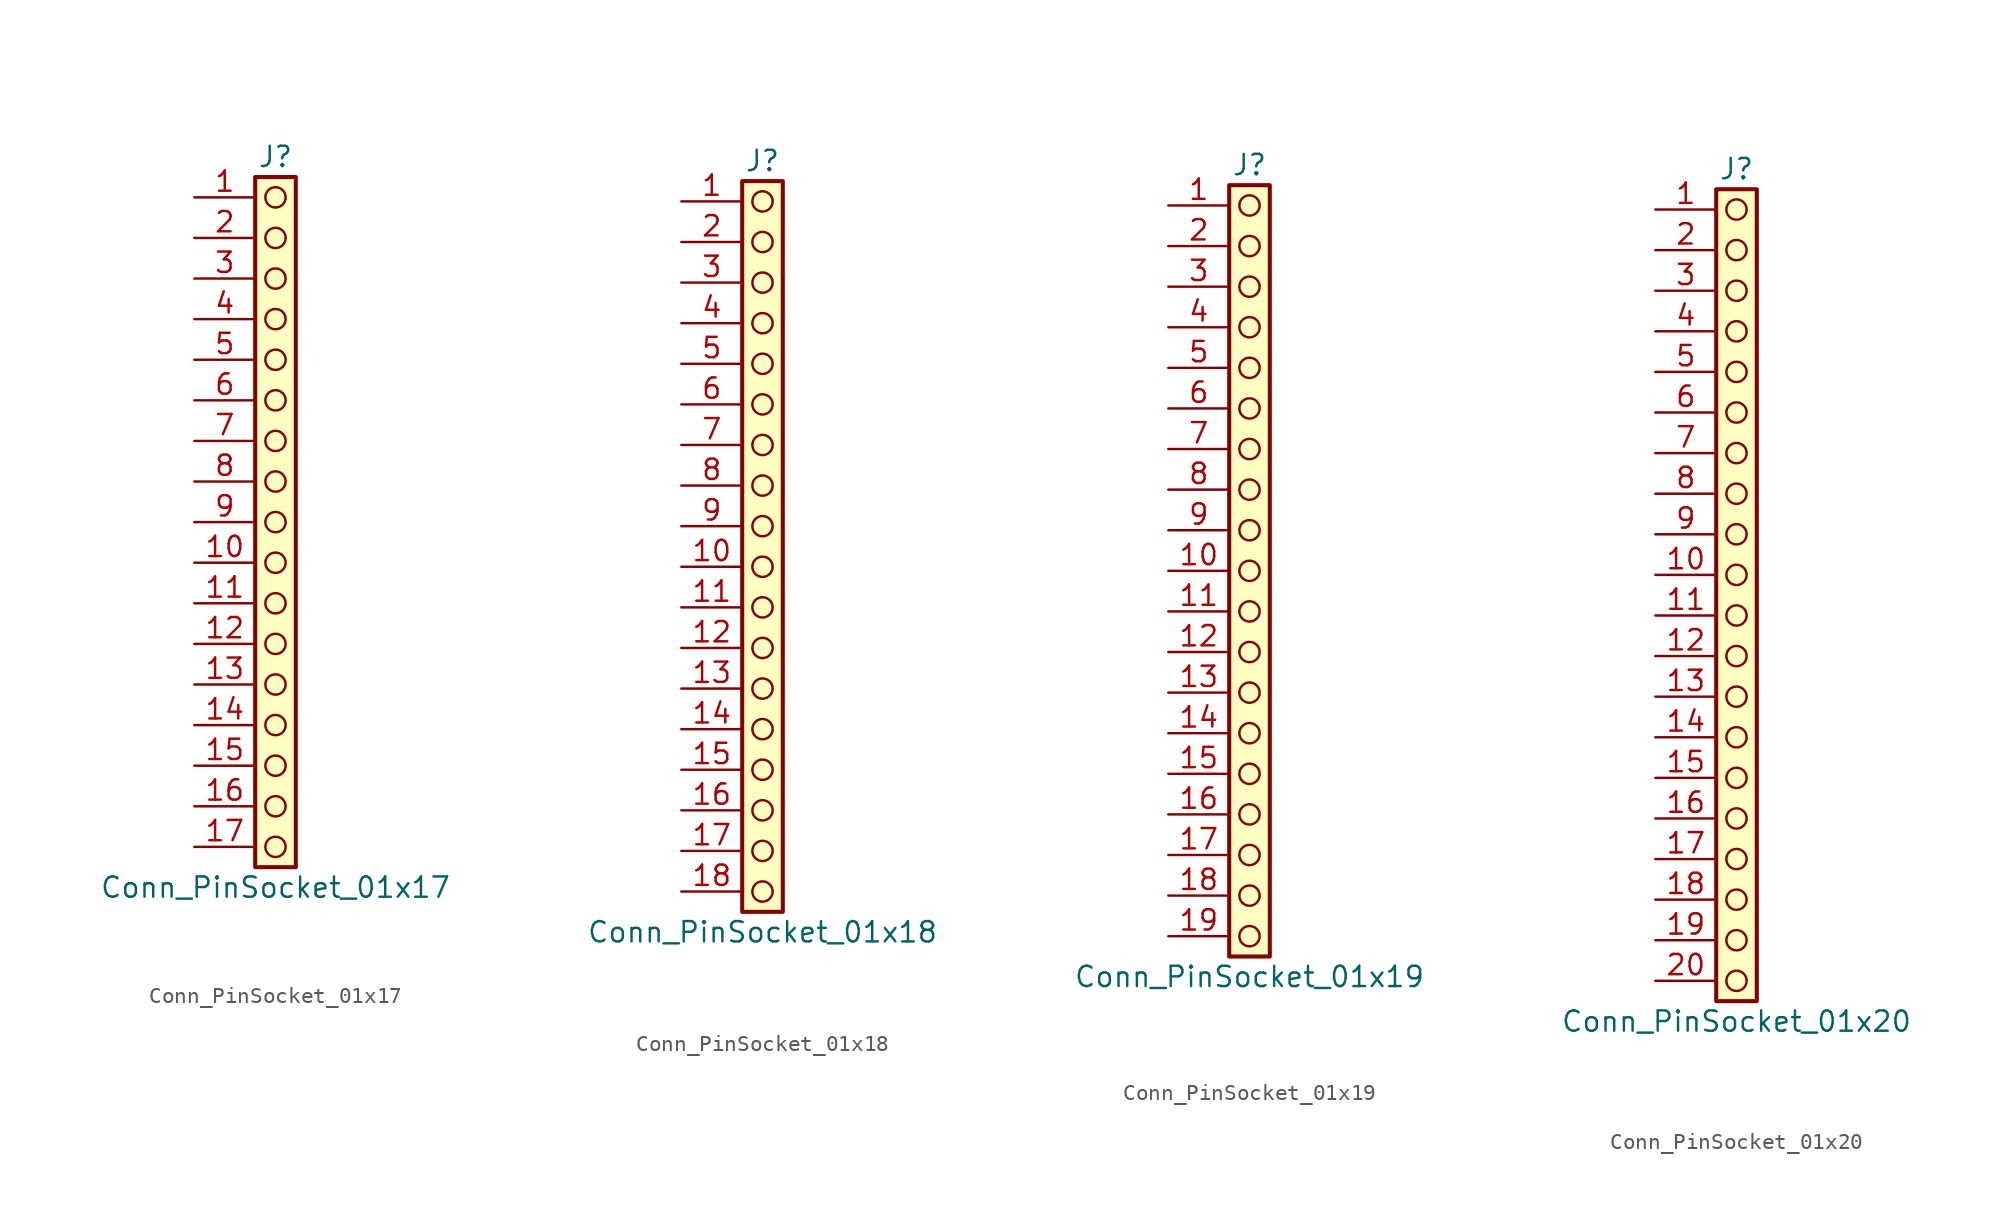
<source format=kicad_sym>
(kicad_symbol_lib
  (version 20241209)
  (generator "kicad_symbol_editor")
  (generator_version "9.0")
  (symbol "Conn_PinSocket_01x17"
    (pin_names
      (offset 1.016)
      (hide yes))
    (property "Reference" "J"
      (at 0 22.86 0)
      (effects (font (size 1.27 1.27))))
    (property "Value" "Conn_PinSocket_01x17"
      (at 0 -22.86 0)
      (effects (font (size 1.27 1.27))))
    (symbol "Conn_PinSocket_01x17_1_1"
      (rectangle (start -1.27 21.59) (end 1.27 -21.59) (stroke (width 0.254) (type default)) (fill (type background)))
      (circle (center 0 20.32) (radius 0.635) (stroke (width 0) (type solid) (color 132 0 0 1)) (fill (type none)))
      (circle (center 0 17.78) (radius 0.635) (stroke (width 0) (type solid) (color 132 0 0 1)) (fill (type none)))
      (circle (center 0 15.24) (radius 0.635) (stroke (width 0) (type solid) (color 132 0 0 1)) (fill (type none)))
      (circle (center 0 12.7) (radius 0.635) (stroke (width 0) (type solid) (color 132 0 0 1)) (fill (type none)))
      (circle (center 0 10.16) (radius 0.635) (stroke (width 0) (type solid) (color 132 0 0 1)) (fill (type none)))
      (circle (center 0 7.62) (radius 0.635) (stroke (width 0) (type solid) (color 132 0 0 1)) (fill (type none)))
      (circle (center 0 5.08) (radius 0.635) (stroke (width 0) (type solid) (color 132 0 0 1)) (fill (type none)))
      (circle (center 0 2.54) (radius 0.635) (stroke (width 0) (type solid) (color 132 0 0 1)) (fill (type none)))
      (circle (center 0 0) (radius 0.635) (stroke (width 0) (type solid) (color 132 0 0 1)) (fill (type none)))
      (circle (center 0 -2.54) (radius 0.635) (stroke (width 0) (type solid) (color 132 0 0 1)) (fill (type none)))
      (circle (center 0 -5.08) (radius 0.635) (stroke (width 0) (type solid) (color 132 0 0 1)) (fill (type none)))
      (circle (center 0 -7.62) (radius 0.635) (stroke (width 0) (type solid) (color 132 0 0 1)) (fill (type none)))
      (circle (center 0 -10.16) (radius 0.635) (stroke (width 0) (type solid) (color 132 0 0 1)) (fill (type none)))
      (circle (center 0 -12.7) (radius 0.635) (stroke (width 0) (type solid) (color 132 0 0 1)) (fill (type none)))
      (circle (center 0 -15.24) (radius 0.635) (stroke (width 0) (type solid) (color 132 0 0 1)) (fill (type none)))
      (circle (center 0 -17.78) (radius 0.635) (stroke (width 0) (type solid) (color 132 0 0 1)) (fill (type none)))
      (circle (center 0 -20.32) (radius 0.635) (stroke (width 0) (type solid) (color 132 0 0 1)) (fill (type none)))
      (pin passive line (at -5.08 20.32 0) (length 3.81) (name "Pin_1" (effects (font (size 1.27 1.27)))) (number "1" (effects (font (size 1.27 1.27)))))
      (pin passive line (at -5.08 17.78 0) (length 3.81) (name "Pin_2" (effects (font (size 1.27 1.27)))) (number "2" (effects (font (size 1.27 1.27)))))
      (pin passive line (at -5.08 15.24 0) (length 3.81) (name "Pin_3" (effects (font (size 1.27 1.27)))) (number "3" (effects (font (size 1.27 1.27)))))
      (pin passive line (at -5.08 12.7 0) (length 3.81) (name "Pin_4" (effects (font (size 1.27 1.27)))) (number "4" (effects (font (size 1.27 1.27)))))
      (pin passive line (at -5.08 10.16 0) (length 3.81) (name "Pin_5" (effects (font (size 1.27 1.27)))) (number "5" (effects (font (size 1.27 1.27)))))
      (pin passive line (at -5.08 7.62 0) (length 3.81) (name "Pin_6" (effects (font (size 1.27 1.27)))) (number "6" (effects (font (size 1.27 1.27)))))
      (pin passive line (at -5.08 5.08 0) (length 3.81) (name "Pin_7" (effects (font (size 1.27 1.27)))) (number "7" (effects (font (size 1.27 1.27)))))
      (pin passive line (at -5.08 2.54 0) (length 3.81) (name "Pin_8" (effects (font (size 1.27 1.27)))) (number "8" (effects (font (size 1.27 1.27)))))
      (pin passive line (at -5.08 0 0) (length 3.81) (name "Pin_9" (effects (font (size 1.27 1.27)))) (number "9" (effects (font (size 1.27 1.27)))))
      (pin passive line (at -5.08 -2.54 0) (length 3.81) (name "Pin_10" (effects (font (size 1.27 1.27)))) (number "10" (effects (font (size 1.27 1.27)))))
      (pin passive line (at -5.08 -5.08 0) (length 3.81) (name "Pin_11" (effects (font (size 1.27 1.27)))) (number "11" (effects (font (size 1.27 1.27)))))
      (pin passive line (at -5.08 -7.62 0) (length 3.81) (name "Pin_12" (effects (font (size 1.27 1.27)))) (number "12" (effects (font (size 1.27 1.27)))))
      (pin passive line (at -5.08 -10.16 0) (length 3.81) (name "Pin_13" (effects (font (size 1.27 1.27)))) (number "13" (effects (font (size 1.27 1.27)))))
      (pin passive line (at -5.08 -12.7 0) (length 3.81) (name "Pin_14" (effects (font (size 1.27 1.27)))) (number "14" (effects (font (size 1.27 1.27)))))
      (pin passive line (at -5.08 -15.24 0) (length 3.81) (name "Pin_15" (effects (font (size 1.27 1.27)))) (number "15" (effects (font (size 1.27 1.27)))))
      (pin passive line (at -5.08 -17.78 0) (length 3.81) (name "Pin_16" (effects (font (size 1.27 1.27)))) (number "16" (effects (font (size 1.27 1.27)))))
      (pin passive line (at -5.08 -20.32 0) (length 3.81) (name "Pin_17" (effects (font (size 1.27 1.27)))) (number "17" (effects (font (size 1.27 1.27)))))))
  (symbol "Conn_PinSocket_01x18"
    (pin_names
      (offset 1.016)
      (hide yes))
    (property "Reference" "J"
      (at 0 22.86 0)
      (effects (font (size 1.27 1.27))))
    (property "Value" "Conn_PinSocket_01x18"
      (at 0 -25.4 0)
      (effects (font (size 1.27 1.27))))
    (symbol "Conn_PinSocket_01x18_1_1"
      (rectangle (start -1.27 21.59) (end 1.27 -24.13) (stroke (width 0.254) (type default)) (fill (type background)))
      (circle (center 0 20.32) (radius 0.635) (stroke (width 0) (type solid) (color 132 0 0 1)) (fill (type none)))
      (circle (center 0 17.78) (radius 0.635) (stroke (width 0) (type solid) (color 132 0 0 1)) (fill (type none)))
      (circle (center 0 15.24) (radius 0.635) (stroke (width 0) (type solid) (color 132 0 0 1)) (fill (type none)))
      (circle (center 0 12.7) (radius 0.635) (stroke (width 0) (type solid) (color 132 0 0 1)) (fill (type none)))
      (circle (center 0 10.16) (radius 0.635) (stroke (width 0) (type solid) (color 132 0 0 1)) (fill (type none)))
      (circle (center 0 7.62) (radius 0.635) (stroke (width 0) (type solid) (color 132 0 0 1)) (fill (type none)))
      (circle (center 0 5.08) (radius 0.635) (stroke (width 0) (type solid) (color 132 0 0 1)) (fill (type none)))
      (circle (center 0 2.54) (radius 0.635) (stroke (width 0) (type solid) (color 132 0 0 1)) (fill (type none)))
      (circle (center 0 0) (radius 0.635) (stroke (width 0) (type solid) (color 132 0 0 1)) (fill (type none)))
      (circle (center 0 -2.54) (radius 0.635) (stroke (width 0) (type solid) (color 132 0 0 1)) (fill (type none)))
      (circle (center 0 -5.08) (radius 0.635) (stroke (width 0) (type solid) (color 132 0 0 1)) (fill (type none)))
      (circle (center 0 -7.62) (radius 0.635) (stroke (width 0) (type solid) (color 132 0 0 1)) (fill (type none)))
      (circle (center 0 -10.16) (radius 0.635) (stroke (width 0) (type solid) (color 132 0 0 1)) (fill (type none)))
      (circle (center 0 -12.7) (radius 0.635) (stroke (width 0) (type solid) (color 132 0 0 1)) (fill (type none)))
      (circle (center 0 -15.24) (radius 0.635) (stroke (width 0) (type solid) (color 132 0 0 1)) (fill (type none)))
      (circle (center 0 -17.78) (radius 0.635) (stroke (width 0) (type solid) (color 132 0 0 1)) (fill (type none)))
      (circle (center 0 -20.32) (radius 0.635) (stroke (width 0) (type solid) (color 132 0 0 1)) (fill (type none)))
      (circle (center 0 -22.86) (radius 0.635) (stroke (width 0) (type solid) (color 132 0 0 1)) (fill (type none)))
      (pin passive line (at -5.08 20.32 0) (length 3.81) (name "Pin_1" (effects (font (size 1.27 1.27)))) (number "1" (effects (font (size 1.27 1.27)))))
      (pin passive line (at -5.08 17.78 0) (length 3.81) (name "Pin_2" (effects (font (size 1.27 1.27)))) (number "2" (effects (font (size 1.27 1.27)))))
      (pin passive line (at -5.08 15.24 0) (length 3.81) (name "Pin_3" (effects (font (size 1.27 1.27)))) (number "3" (effects (font (size 1.27 1.27)))))
      (pin passive line (at -5.08 12.7 0) (length 3.81) (name "Pin_4" (effects (font (size 1.27 1.27)))) (number "4" (effects (font (size 1.27 1.27)))))
      (pin passive line (at -5.08 10.16 0) (length 3.81) (name "Pin_5" (effects (font (size 1.27 1.27)))) (number "5" (effects (font (size 1.27 1.27)))))
      (pin passive line (at -5.08 7.62 0) (length 3.81) (name "Pin_6" (effects (font (size 1.27 1.27)))) (number "6" (effects (font (size 1.27 1.27)))))
      (pin passive line (at -5.08 5.08 0) (length 3.81) (name "Pin_7" (effects (font (size 1.27 1.27)))) (number "7" (effects (font (size 1.27 1.27)))))
      (pin passive line (at -5.08 2.54 0) (length 3.81) (name "Pin_8" (effects (font (size 1.27 1.27)))) (number "8" (effects (font (size 1.27 1.27)))))
      (pin passive line (at -5.08 0 0) (length 3.81) (name "Pin_9" (effects (font (size 1.27 1.27)))) (number "9" (effects (font (size 1.27 1.27)))))
      (pin passive line (at -5.08 -2.54 0) (length 3.81) (name "Pin_10" (effects (font (size 1.27 1.27)))) (number "10" (effects (font (size 1.27 1.27)))))
      (pin passive line (at -5.08 -5.08 0) (length 3.81) (name "Pin_11" (effects (font (size 1.27 1.27)))) (number "11" (effects (font (size 1.27 1.27)))))
      (pin passive line (at -5.08 -7.62 0) (length 3.81) (name "Pin_12" (effects (font (size 1.27 1.27)))) (number "12" (effects (font (size 1.27 1.27)))))
      (pin passive line (at -5.08 -10.16 0) (length 3.81) (name "Pin_13" (effects (font (size 1.27 1.27)))) (number "13" (effects (font (size 1.27 1.27)))))
      (pin passive line (at -5.08 -12.7 0) (length 3.81) (name "Pin_14" (effects (font (size 1.27 1.27)))) (number "14" (effects (font (size 1.27 1.27)))))
      (pin passive line (at -5.08 -15.24 0) (length 3.81) (name "Pin_15" (effects (font (size 1.27 1.27)))) (number "15" (effects (font (size 1.27 1.27)))))
      (pin passive line (at -5.08 -17.78 0) (length 3.81) (name "Pin_16" (effects (font (size 1.27 1.27)))) (number "16" (effects (font (size 1.27 1.27)))))
      (pin passive line (at -5.08 -20.32 0) (length 3.81) (name "Pin_17" (effects (font (size 1.27 1.27)))) (number "17" (effects (font (size 1.27 1.27)))))
      (pin passive line (at -5.08 -22.86 0) (length 3.81) (name "Pin_18" (effects (font (size 1.27 1.27)))) (number "18" (effects (font (size 1.27 1.27)))))))
  (symbol "Conn_PinSocket_01x19"
    (pin_names
      (offset 1.016)
      (hide yes))
    (property "Reference" "J"
      (at 0 25.4 0)
      (effects (font (size 1.27 1.27))))
    (property "Value" "Conn_PinSocket_01x19"
      (at 0 -25.4 0)
      (effects (font (size 1.27 1.27))))
    (symbol "Conn_PinSocket_01x19_1_1"
      (rectangle (start -1.27 24.13) (end 1.27 -24.13) (stroke (width 0.254) (type default)) (fill (type background)))
      (circle (center 0 22.86) (radius 0.635) (stroke (width 0) (type solid) (color 132 0 0 1)) (fill (type none)))
      (circle (center 0 20.32) (radius 0.635) (stroke (width 0) (type solid) (color 132 0 0 1)) (fill (type none)))
      (circle (center 0 17.78) (radius 0.635) (stroke (width 0) (type solid) (color 132 0 0 1)) (fill (type none)))
      (circle (center 0 15.24) (radius 0.635) (stroke (width 0) (type solid) (color 132 0 0 1)) (fill (type none)))
      (circle (center 0 12.7) (radius 0.635) (stroke (width 0) (type solid) (color 132 0 0 1)) (fill (type none)))
      (circle (center 0 10.16) (radius 0.635) (stroke (width 0) (type solid) (color 132 0 0 1)) (fill (type none)))
      (circle (center 0 7.62) (radius 0.635) (stroke (width 0) (type solid) (color 132 0 0 1)) (fill (type none)))
      (circle (center 0 5.08) (radius 0.635) (stroke (width 0) (type solid) (color 132 0 0 1)) (fill (type none)))
      (circle (center 0 2.54) (radius 0.635) (stroke (width 0) (type solid) (color 132 0 0 1)) (fill (type none)))
      (circle (center 0 0) (radius 0.635) (stroke (width 0) (type solid) (color 132 0 0 1)) (fill (type none)))
      (circle (center 0 -2.54) (radius 0.635) (stroke (width 0) (type solid) (color 132 0 0 1)) (fill (type none)))
      (circle (center 0 -5.08) (radius 0.635) (stroke (width 0) (type solid) (color 132 0 0 1)) (fill (type none)))
      (circle (center 0 -7.62) (radius 0.635) (stroke (width 0) (type solid) (color 132 0 0 1)) (fill (type none)))
      (circle (center 0 -10.16) (radius 0.635) (stroke (width 0) (type solid) (color 132 0 0 1)) (fill (type none)))
      (circle (center 0 -12.7) (radius 0.635) (stroke (width 0) (type solid) (color 132 0 0 1)) (fill (type none)))
      (circle (center 0 -15.24) (radius 0.635) (stroke (width 0) (type solid) (color 132 0 0 1)) (fill (type none)))
      (circle (center 0 -17.78) (radius 0.635) (stroke (width 0) (type solid) (color 132 0 0 1)) (fill (type none)))
      (circle (center 0 -20.32) (radius 0.635) (stroke (width 0) (type solid) (color 132 0 0 1)) (fill (type none)))
      (circle (center 0 -22.86) (radius 0.635) (stroke (width 0) (type solid) (color 132 0 0 1)) (fill (type none)))
      (pin passive line (at -5.08 22.86 0) (length 3.81) (name "Pin_1" (effects (font (size 1.27 1.27)))) (number "1" (effects (font (size 1.27 1.27)))))
      (pin passive line (at -5.08 20.32 0) (length 3.81) (name "Pin_2" (effects (font (size 1.27 1.27)))) (number "2" (effects (font (size 1.27 1.27)))))
      (pin passive line (at -5.08 17.78 0) (length 3.81) (name "Pin_3" (effects (font (size 1.27 1.27)))) (number "3" (effects (font (size 1.27 1.27)))))
      (pin passive line (at -5.08 15.24 0) (length 3.81) (name "Pin_4" (effects (font (size 1.27 1.27)))) (number "4" (effects (font (size 1.27 1.27)))))
      (pin passive line (at -5.08 12.7 0) (length 3.81) (name "Pin_5" (effects (font (size 1.27 1.27)))) (number "5" (effects (font (size 1.27 1.27)))))
      (pin passive line (at -5.08 10.16 0) (length 3.81) (name "Pin_6" (effects (font (size 1.27 1.27)))) (number "6" (effects (font (size 1.27 1.27)))))
      (pin passive line (at -5.08 7.62 0) (length 3.81) (name "Pin_7" (effects (font (size 1.27 1.27)))) (number "7" (effects (font (size 1.27 1.27)))))
      (pin passive line (at -5.08 5.08 0) (length 3.81) (name "Pin_8" (effects (font (size 1.27 1.27)))) (number "8" (effects (font (size 1.27 1.27)))))
      (pin passive line (at -5.08 2.54 0) (length 3.81) (name "Pin_9" (effects (font (size 1.27 1.27)))) (number "9" (effects (font (size 1.27 1.27)))))
      (pin passive line (at -5.08 0 0) (length 3.81) (name "Pin_10" (effects (font (size 1.27 1.27)))) (number "10" (effects (font (size 1.27 1.27)))))
      (pin passive line (at -5.08 -2.54 0) (length 3.81) (name "Pin_11" (effects (font (size 1.27 1.27)))) (number "11" (effects (font (size 1.27 1.27)))))
      (pin passive line (at -5.08 -5.08 0) (length 3.81) (name "Pin_12" (effects (font (size 1.27 1.27)))) (number "12" (effects (font (size 1.27 1.27)))))
      (pin passive line (at -5.08 -7.62 0) (length 3.81) (name "Pin_13" (effects (font (size 1.27 1.27)))) (number "13" (effects (font (size 1.27 1.27)))))
      (pin passive line (at -5.08 -10.16 0) (length 3.81) (name "Pin_14" (effects (font (size 1.27 1.27)))) (number "14" (effects (font (size 1.27 1.27)))))
      (pin passive line (at -5.08 -12.7 0) (length 3.81) (name "Pin_15" (effects (font (size 1.27 1.27)))) (number "15" (effects (font (size 1.27 1.27)))))
      (pin passive line (at -5.08 -15.24 0) (length 3.81) (name "Pin_16" (effects (font (size 1.27 1.27)))) (number "16" (effects (font (size 1.27 1.27)))))
      (pin passive line (at -5.08 -17.78 0) (length 3.81) (name "Pin_17" (effects (font (size 1.27 1.27)))) (number "17" (effects (font (size 1.27 1.27)))))
      (pin passive line (at -5.08 -20.32 0) (length 3.81) (name "Pin_18" (effects (font (size 1.27 1.27)))) (number "18" (effects (font (size 1.27 1.27)))))
      (pin passive line (at -5.08 -22.86 0) (length 3.81) (name "Pin_19" (effects (font (size 1.27 1.27)))) (number "19" (effects (font (size 1.27 1.27)))))))
  (symbol "Conn_PinSocket_01x20"
    (pin_names
      (offset 1.016)
      (hide yes))
    (property "Reference" "J"
      (at 0 25.4 0)
      (effects (font (size 1.27 1.27))))
    (property "Value" "Conn_PinSocket_01x20"
      (at 0 -27.94 0)
      (effects (font (size 1.27 1.27))))
    (symbol "Conn_PinSocket_01x20_1_1"
      (rectangle (start -1.27 24.13) (end 1.27 -26.67) (stroke (width 0.254) (type default)) (fill (type background)))
      (circle (center 0 22.86) (radius 0.635) (stroke (width 0) (type solid) (color 132 0 0 1)) (fill (type none)))
      (circle (center 0 20.32) (radius 0.635) (stroke (width 0) (type solid) (color 132 0 0 1)) (fill (type none)))
      (circle (center 0 17.78) (radius 0.635) (stroke (width 0) (type solid) (color 132 0 0 1)) (fill (type none)))
      (circle (center 0 15.24) (radius 0.635) (stroke (width 0) (type solid) (color 132 0 0 1)) (fill (type none)))
      (circle (center 0 12.7) (radius 0.635) (stroke (width 0) (type solid) (color 132 0 0 1)) (fill (type none)))
      (circle (center 0 10.16) (radius 0.635) (stroke (width 0) (type solid) (color 132 0 0 1)) (fill (type none)))
      (circle (center 0 7.62) (radius 0.635) (stroke (width 0) (type solid) (color 132 0 0 1)) (fill (type none)))
      (circle (center 0 5.08) (radius 0.635) (stroke (width 0) (type solid) (color 132 0 0 1)) (fill (type none)))
      (circle (center 0 2.54) (radius 0.635) (stroke (width 0) (type solid) (color 132 0 0 1)) (fill (type none)))
      (circle (center 0 0) (radius 0.635) (stroke (width 0) (type solid) (color 132 0 0 1)) (fill (type none)))
      (circle (center 0 -2.54) (radius 0.635) (stroke (width 0) (type solid) (color 132 0 0 1)) (fill (type none)))
      (circle (center 0 -5.08) (radius 0.635) (stroke (width 0) (type solid) (color 132 0 0 1)) (fill (type none)))
      (circle (center 0 -7.62) (radius 0.635) (stroke (width 0) (type solid) (color 132 0 0 1)) (fill (type none)))
      (circle (center 0 -10.16) (radius 0.635) (stroke (width 0) (type solid) (color 132 0 0 1)) (fill (type none)))
      (circle (center 0 -12.7) (radius 0.635) (stroke (width 0) (type solid) (color 132 0 0 1)) (fill (type none)))
      (circle (center 0 -15.24) (radius 0.635) (stroke (width 0) (type solid) (color 132 0 0 1)) (fill (type none)))
      (circle (center 0 -17.78) (radius 0.635) (stroke (width 0) (type solid) (color 132 0 0 1)) (fill (type none)))
      (circle (center 0 -20.32) (radius 0.635) (stroke (width 0) (type solid) (color 132 0 0 1)) (fill (type none)))
      (circle (center 0 -22.86) (radius 0.635) (stroke (width 0) (type solid) (color 132 0 0 1)) (fill (type none)))
      (circle (center 0 -25.4) (radius 0.635) (stroke (width 0) (type solid) (color 132 0 0 1)) (fill (type none)))
      (pin passive line (at -5.08 22.86 0) (length 3.81) (name "Pin_1" (effects (font (size 1.27 1.27)))) (number "1" (effects (font (size 1.27 1.27)))))
      (pin passive line (at -5.08 20.32 0) (length 3.81) (name "Pin_2" (effects (font (size 1.27 1.27)))) (number "2" (effects (font (size 1.27 1.27)))))
      (pin passive line (at -5.08 17.78 0) (length 3.81) (name "Pin_3" (effects (font (size 1.27 1.27)))) (number "3" (effects (font (size 1.27 1.27)))))
      (pin passive line (at -5.08 15.24 0) (length 3.81) (name "Pin_4" (effects (font (size 1.27 1.27)))) (number "4" (effects (font (size 1.27 1.27)))))
      (pin passive line (at -5.08 12.7 0) (length 3.81) (name "Pin_5" (effects (font (size 1.27 1.27)))) (number "5" (effects (font (size 1.27 1.27)))))
      (pin passive line (at -5.08 10.16 0) (length 3.81) (name "Pin_6" (effects (font (size 1.27 1.27)))) (number "6" (effects (font (size 1.27 1.27)))))
      (pin passive line (at -5.08 7.62 0) (length 3.81) (name "Pin_7" (effects (font (size 1.27 1.27)))) (number "7" (effects (font (size 1.27 1.27)))))
      (pin passive line (at -5.08 5.08 0) (length 3.81) (name "Pin_8" (effects (font (size 1.27 1.27)))) (number "8" (effects (font (size 1.27 1.27)))))
      (pin passive line (at -5.08 2.54 0) (length 3.81) (name "Pin_9" (effects (font (size 1.27 1.27)))) (number "9" (effects (font (size 1.27 1.27)))))
      (pin passive line (at -5.08 0 0) (length 3.81) (name "Pin_10" (effects (font (size 1.27 1.27)))) (number "10" (effects (font (size 1.27 1.27)))))
      (pin passive line (at -5.08 -2.54 0) (length 3.81) (name "Pin_11" (effects (font (size 1.27 1.27)))) (number "11" (effects (font (size 1.27 1.27)))))
      (pin passive line (at -5.08 -5.08 0) (length 3.81) (name "Pin_12" (effects (font (size 1.27 1.27)))) (number "12" (effects (font (size 1.27 1.27)))))
      (pin passive line (at -5.08 -7.62 0) (length 3.81) (name "Pin_13" (effects (font (size 1.27 1.27)))) (number "13" (effects (font (size 1.27 1.27)))))
      (pin passive line (at -5.08 -10.16 0) (length 3.81) (name "Pin_14" (effects (font (size 1.27 1.27)))) (number "14" (effects (font (size 1.27 1.27)))))
      (pin passive line (at -5.08 -12.7 0) (length 3.81) (name "Pin_15" (effects (font (size 1.27 1.27)))) (number "15" (effects (font (size 1.27 1.27)))))
      (pin passive line (at -5.08 -15.24 0) (length 3.81) (name "Pin_16" (effects (font (size 1.27 1.27)))) (number "16" (effects (font (size 1.27 1.27)))))
      (pin passive line (at -5.08 -17.78 0) (length 3.81) (name "Pin_17" (effects (font (size 1.27 1.27)))) (number "17" (effects (font (size 1.27 1.27)))))
      (pin passive line (at -5.08 -20.32 0) (length 3.81) (name "Pin_18" (effects (font (size 1.27 1.27)))) (number "18" (effects (font (size 1.27 1.27)))))
      (pin passive line (at -5.08 -22.86 0) (length 3.81) (name "Pin_19" (effects (font (size 1.27 1.27)))) (number "19" (effects (font (size 1.27 1.27)))))
      (pin passive line (at -5.08 -25.4 0) (length 3.81) (name "Pin_20" (effects (font (size 1.27 1.27)))) (number "20" (effects (font (size 1.27 1.27))))))))
</source>
